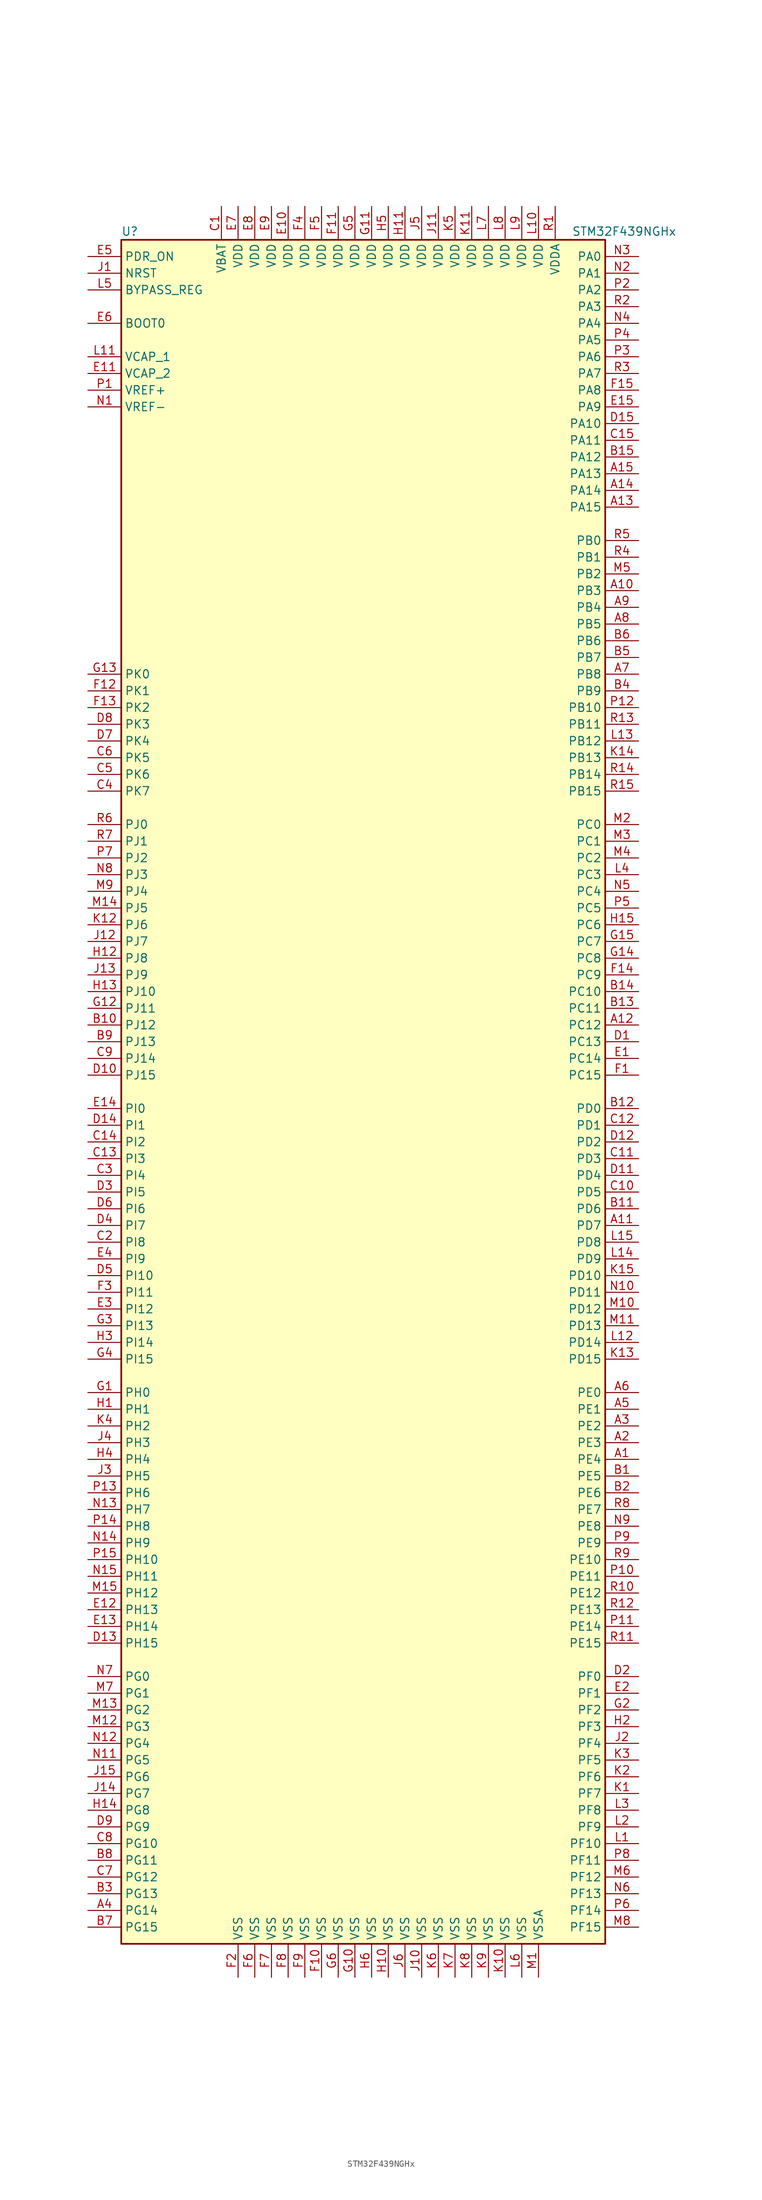
<source format=kicad_sym>
(kicad_symbol_lib
  (version 20201005)
  (generator kicad_symbol_editor)
  (symbol "STM32F439NGHx"
    (property "Reference" "U"
      (at -38.1 130.81 0)
      (effects (font (size 1.27 1.27)) (justify left)))
    (property "Value" "STM32F439NGHx"
      (at 30.48 130.81 0)
      (effects (font (size 1.27 1.27)) (justify left)))
    (symbol "STM32F439NGHx_0_1"
      (rectangle (start -38.1 -129.54) (end 35.56 129.54) (stroke (width 0.254)) (fill (type background))))
    (symbol "STM32F439NGHx_1_1"
      (pin bidirectional line (at 40.64 -55.88 180) (length 5.08) (name "PE4" (effects (font (size 1.27 1.27)))) (number "A1" (effects (font (size 1.27 1.27)))))
      (pin bidirectional line (at 40.64 76.2 180) (length 5.08) (name "PB3" (effects (font (size 1.27 1.27)))) (number "A10" (effects (font (size 1.27 1.27)))))
      (pin bidirectional line (at 40.64 -20.32 180) (length 5.08) (name "PD7" (effects (font (size 1.27 1.27)))) (number "A11" (effects (font (size 1.27 1.27)))))
      (pin bidirectional line (at 40.64 10.16 180) (length 5.08) (name "PC12" (effects (font (size 1.27 1.27)))) (number "A12" (effects (font (size 1.27 1.27)))))
      (pin bidirectional line (at 40.64 88.9 180) (length 5.08) (name "PA15" (effects (font (size 1.27 1.27)))) (number "A13" (effects (font (size 1.27 1.27)))))
      (pin bidirectional line (at 40.64 91.44 180) (length 5.08) (name "PA14" (effects (font (size 1.27 1.27)))) (number "A14" (effects (font (size 1.27 1.27)))))
      (pin bidirectional line (at 40.64 93.98 180) (length 5.08) (name "PA13" (effects (font (size 1.27 1.27)))) (number "A15" (effects (font (size 1.27 1.27)))))
      (pin bidirectional line (at 40.64 -53.34 180) (length 5.08) (name "PE3" (effects (font (size 1.27 1.27)))) (number "A2" (effects (font (size 1.27 1.27)))))
      (pin bidirectional line (at 40.64 -50.8 180) (length 5.08) (name "PE2" (effects (font (size 1.27 1.27)))) (number "A3" (effects (font (size 1.27 1.27)))))
      (pin bidirectional line (at -43.18 -124.46 0) (length 5.08) (name "PG14" (effects (font (size 1.27 1.27)))) (number "A4" (effects (font (size 1.27 1.27)))))
      (pin bidirectional line (at 40.64 -48.26 180) (length 5.08) (name "PE1" (effects (font (size 1.27 1.27)))) (number "A5" (effects (font (size 1.27 1.27)))))
      (pin bidirectional line (at 40.64 -45.72 180) (length 5.08) (name "PE0" (effects (font (size 1.27 1.27)))) (number "A6" (effects (font (size 1.27 1.27)))))
      (pin bidirectional line (at 40.64 63.5 180) (length 5.08) (name "PB8" (effects (font (size 1.27 1.27)))) (number "A7" (effects (font (size 1.27 1.27)))))
      (pin bidirectional line (at 40.64 71.12 180) (length 5.08) (name "PB5" (effects (font (size 1.27 1.27)))) (number "A8" (effects (font (size 1.27 1.27)))))
      (pin bidirectional line (at 40.64 73.66 180) (length 5.08) (name "PB4" (effects (font (size 1.27 1.27)))) (number "A9" (effects (font (size 1.27 1.27)))))
      (pin bidirectional line (at 40.64 -58.42 180) (length 5.08) (name "PE5" (effects (font (size 1.27 1.27)))) (number "B1" (effects (font (size 1.27 1.27)))))
      (pin bidirectional line (at -43.18 10.16 0) (length 5.08) (name "PJ12" (effects (font (size 1.27 1.27)))) (number "B10" (effects (font (size 1.27 1.27)))))
      (pin bidirectional line (at 40.64 -17.78 180) (length 5.08) (name "PD6" (effects (font (size 1.27 1.27)))) (number "B11" (effects (font (size 1.27 1.27)))))
      (pin bidirectional line (at 40.64 -2.54 180) (length 5.08) (name "PD0" (effects (font (size 1.27 1.27)))) (number "B12" (effects (font (size 1.27 1.27)))))
      (pin bidirectional line (at 40.64 12.7 180) (length 5.08) (name "PC11" (effects (font (size 1.27 1.27)))) (number "B13" (effects (font (size 1.27 1.27)))))
      (pin bidirectional line (at 40.64 15.24 180) (length 5.08) (name "PC10" (effects (font (size 1.27 1.27)))) (number "B14" (effects (font (size 1.27 1.27)))))
      (pin bidirectional line (at 40.64 96.52 180) (length 5.08) (name "PA12" (effects (font (size 1.27 1.27)))) (number "B15" (effects (font (size 1.27 1.27)))))
      (pin bidirectional line (at 40.64 -60.96 180) (length 5.08) (name "PE6" (effects (font (size 1.27 1.27)))) (number "B2" (effects (font (size 1.27 1.27)))))
      (pin bidirectional line (at -43.18 -121.92 0) (length 5.08) (name "PG13" (effects (font (size 1.27 1.27)))) (number "B3" (effects (font (size 1.27 1.27)))))
      (pin bidirectional line (at 40.64 60.96 180) (length 5.08) (name "PB9" (effects (font (size 1.27 1.27)))) (number "B4" (effects (font (size 1.27 1.27)))))
      (pin bidirectional line (at 40.64 66.04 180) (length 5.08) (name "PB7" (effects (font (size 1.27 1.27)))) (number "B5" (effects (font (size 1.27 1.27)))))
      (pin bidirectional line (at 40.64 68.58 180) (length 5.08) (name "PB6" (effects (font (size 1.27 1.27)))) (number "B6" (effects (font (size 1.27 1.27)))))
      (pin bidirectional line (at -43.18 -127 0) (length 5.08) (name "PG15" (effects (font (size 1.27 1.27)))) (number "B7" (effects (font (size 1.27 1.27)))))
      (pin bidirectional line (at -43.18 -116.84 0) (length 5.08) (name "PG11" (effects (font (size 1.27 1.27)))) (number "B8" (effects (font (size 1.27 1.27)))))
      (pin bidirectional line (at -43.18 7.62 0) (length 5.08) (name "PJ13" (effects (font (size 1.27 1.27)))) (number "B9" (effects (font (size 1.27 1.27)))))
      (pin power_in line (at -22.86 134.62 270) (length 5.08) (name "VBAT" (effects (font (size 1.27 1.27)))) (number "C1" (effects (font (size 1.27 1.27)))))
      (pin bidirectional line (at 40.64 -15.24 180) (length 5.08) (name "PD5" (effects (font (size 1.27 1.27)))) (number "C10" (effects (font (size 1.27 1.27)))))
      (pin bidirectional line (at 40.64 -10.16 180) (length 5.08) (name "PD3" (effects (font (size 1.27 1.27)))) (number "C11" (effects (font (size 1.27 1.27)))))
      (pin bidirectional line (at 40.64 -5.08 180) (length 5.08) (name "PD1" (effects (font (size 1.27 1.27)))) (number "C12" (effects (font (size 1.27 1.27)))))
      (pin bidirectional line (at -43.18 -10.16 0) (length 5.08) (name "PI3" (effects (font (size 1.27 1.27)))) (number "C13" (effects (font (size 1.27 1.27)))))
      (pin bidirectional line (at -43.18 -7.62 0) (length 5.08) (name "PI2" (effects (font (size 1.27 1.27)))) (number "C14" (effects (font (size 1.27 1.27)))))
      (pin bidirectional line (at 40.64 99.06 180) (length 5.08) (name "PA11" (effects (font (size 1.27 1.27)))) (number "C15" (effects (font (size 1.27 1.27)))))
      (pin bidirectional line (at -43.18 -22.86 0) (length 5.08) (name "PI8" (effects (font (size 1.27 1.27)))) (number "C2" (effects (font (size 1.27 1.27)))))
      (pin bidirectional line (at -43.18 -12.7 0) (length 5.08) (name "PI4" (effects (font (size 1.27 1.27)))) (number "C3" (effects (font (size 1.27 1.27)))))
      (pin bidirectional line (at -43.18 45.72 0) (length 5.08) (name "PK7" (effects (font (size 1.27 1.27)))) (number "C4" (effects (font (size 1.27 1.27)))))
      (pin bidirectional line (at -43.18 48.26 0) (length 5.08) (name "PK6" (effects (font (size 1.27 1.27)))) (number "C5" (effects (font (size 1.27 1.27)))))
      (pin bidirectional line (at -43.18 50.8 0) (length 5.08) (name "PK5" (effects (font (size 1.27 1.27)))) (number "C6" (effects (font (size 1.27 1.27)))))
      (pin bidirectional line (at -43.18 -119.38 0) (length 5.08) (name "PG12" (effects (font (size 1.27 1.27)))) (number "C7" (effects (font (size 1.27 1.27)))))
      (pin bidirectional line (at -43.18 -114.3 0) (length 5.08) (name "PG10" (effects (font (size 1.27 1.27)))) (number "C8" (effects (font (size 1.27 1.27)))))
      (pin bidirectional line (at -43.18 5.08 0) (length 5.08) (name "PJ14" (effects (font (size 1.27 1.27)))) (number "C9" (effects (font (size 1.27 1.27)))))
      (pin bidirectional line (at 40.64 7.62 180) (length 5.08) (name "PC13" (effects (font (size 1.27 1.27)))) (number "D1" (effects (font (size 1.27 1.27)))))
      (pin bidirectional line (at -43.18 2.54 0) (length 5.08) (name "PJ15" (effects (font (size 1.27 1.27)))) (number "D10" (effects (font (size 1.27 1.27)))))
      (pin bidirectional line (at 40.64 -12.7 180) (length 5.08) (name "PD4" (effects (font (size 1.27 1.27)))) (number "D11" (effects (font (size 1.27 1.27)))))
      (pin bidirectional line (at 40.64 -7.62 180) (length 5.08) (name "PD2" (effects (font (size 1.27 1.27)))) (number "D12" (effects (font (size 1.27 1.27)))))
      (pin bidirectional line (at -43.18 -83.82 0) (length 5.08) (name "PH15" (effects (font (size 1.27 1.27)))) (number "D13" (effects (font (size 1.27 1.27)))))
      (pin bidirectional line (at -43.18 -5.08 0) (length 5.08) (name "PI1" (effects (font (size 1.27 1.27)))) (number "D14" (effects (font (size 1.27 1.27)))))
      (pin bidirectional line (at 40.64 101.6 180) (length 5.08) (name "PA10" (effects (font (size 1.27 1.27)))) (number "D15" (effects (font (size 1.27 1.27)))))
      (pin bidirectional line (at 40.64 -88.9 180) (length 5.08) (name "PF0" (effects (font (size 1.27 1.27)))) (number "D2" (effects (font (size 1.27 1.27)))))
      (pin bidirectional line (at -43.18 -15.24 0) (length 5.08) (name "PI5" (effects (font (size 1.27 1.27)))) (number "D3" (effects (font (size 1.27 1.27)))))
      (pin bidirectional line (at -43.18 -20.32 0) (length 5.08) (name "PI7" (effects (font (size 1.27 1.27)))) (number "D4" (effects (font (size 1.27 1.27)))))
      (pin bidirectional line (at -43.18 -27.94 0) (length 5.08) (name "PI10" (effects (font (size 1.27 1.27)))) (number "D5" (effects (font (size 1.27 1.27)))))
      (pin bidirectional line (at -43.18 -17.78 0) (length 5.08) (name "PI6" (effects (font (size 1.27 1.27)))) (number "D6" (effects (font (size 1.27 1.27)))))
      (pin bidirectional line (at -43.18 53.34 0) (length 5.08) (name "PK4" (effects (font (size 1.27 1.27)))) (number "D7" (effects (font (size 1.27 1.27)))))
      (pin bidirectional line (at -43.18 55.88 0) (length 5.08) (name "PK3" (effects (font (size 1.27 1.27)))) (number "D8" (effects (font (size 1.27 1.27)))))
      (pin bidirectional line (at -43.18 -111.76 0) (length 5.08) (name "PG9" (effects (font (size 1.27 1.27)))) (number "D9" (effects (font (size 1.27 1.27)))))
      (pin bidirectional line (at 40.64 5.08 180) (length 5.08) (name "PC14" (effects (font (size 1.27 1.27)))) (number "E1" (effects (font (size 1.27 1.27)))))
      (pin power_in line (at -12.7 134.62 270) (length 5.08) (name "VDD" (effects (font (size 1.27 1.27)))) (number "E10" (effects (font (size 1.27 1.27)))))
      (pin power_in line (at -43.18 109.22 0) (length 5.08) (name "VCAP_2" (effects (font (size 1.27 1.27)))) (number "E11" (effects (font (size 1.27 1.27)))))
      (pin bidirectional line (at -43.18 -78.74 0) (length 5.08) (name "PH13" (effects (font (size 1.27 1.27)))) (number "E12" (effects (font (size 1.27 1.27)))))
      (pin bidirectional line (at -43.18 -81.28 0) (length 5.08) (name "PH14" (effects (font (size 1.27 1.27)))) (number "E13" (effects (font (size 1.27 1.27)))))
      (pin bidirectional line (at -43.18 -2.54 0) (length 5.08) (name "PI0" (effects (font (size 1.27 1.27)))) (number "E14" (effects (font (size 1.27 1.27)))))
      (pin bidirectional line (at 40.64 104.14 180) (length 5.08) (name "PA9" (effects (font (size 1.27 1.27)))) (number "E15" (effects (font (size 1.27 1.27)))))
      (pin bidirectional line (at 40.64 -91.44 180) (length 5.08) (name "PF1" (effects (font (size 1.27 1.27)))) (number "E2" (effects (font (size 1.27 1.27)))))
      (pin bidirectional line (at -43.18 -33.02 0) (length 5.08) (name "PI12" (effects (font (size 1.27 1.27)))) (number "E3" (effects (font (size 1.27 1.27)))))
      (pin bidirectional line (at -43.18 -25.4 0) (length 5.08) (name "PI9" (effects (font (size 1.27 1.27)))) (number "E4" (effects (font (size 1.27 1.27)))))
      (pin input line (at -43.18 127 0) (length 5.08) (name "PDR_ON" (effects (font (size 1.27 1.27)))) (number "E5" (effects (font (size 1.27 1.27)))))
      (pin input line (at -43.18 116.84 0) (length 5.08) (name "BOOT0" (effects (font (size 1.27 1.27)))) (number "E6" (effects (font (size 1.27 1.27)))))
      (pin power_in line (at -20.32 134.62 270) (length 5.08) (name "VDD" (effects (font (size 1.27 1.27)))) (number "E7" (effects (font (size 1.27 1.27)))))
      (pin power_in line (at -17.78 134.62 270) (length 5.08) (name "VDD" (effects (font (size 1.27 1.27)))) (number "E8" (effects (font (size 1.27 1.27)))))
      (pin power_in line (at -15.24 134.62 270) (length 5.08) (name "VDD" (effects (font (size 1.27 1.27)))) (number "E9" (effects (font (size 1.27 1.27)))))
      (pin bidirectional line (at 40.64 2.54 180) (length 5.08) (name "PC15" (effects (font (size 1.27 1.27)))) (number "F1" (effects (font (size 1.27 1.27)))))
      (pin power_in line (at -7.62 -134.62 90) (length 5.08) (name "VSS" (effects (font (size 1.27 1.27)))) (number "F10" (effects (font (size 1.27 1.27)))))
      (pin power_in line (at -5.08 134.62 270) (length 5.08) (name "VDD" (effects (font (size 1.27 1.27)))) (number "F11" (effects (font (size 1.27 1.27)))))
      (pin bidirectional line (at -43.18 60.96 0) (length 5.08) (name "PK1" (effects (font (size 1.27 1.27)))) (number "F12" (effects (font (size 1.27 1.27)))))
      (pin bidirectional line (at -43.18 58.42 0) (length 5.08) (name "PK2" (effects (font (size 1.27 1.27)))) (number "F13" (effects (font (size 1.27 1.27)))))
      (pin bidirectional line (at 40.64 17.78 180) (length 5.08) (name "PC9" (effects (font (size 1.27 1.27)))) (number "F14" (effects (font (size 1.27 1.27)))))
      (pin bidirectional line (at 40.64 106.68 180) (length 5.08) (name "PA8" (effects (font (size 1.27 1.27)))) (number "F15" (effects (font (size 1.27 1.27)))))
      (pin power_in line (at -20.32 -134.62 90) (length 5.08) (name "VSS" (effects (font (size 1.27 1.27)))) (number "F2" (effects (font (size 1.27 1.27)))))
      (pin bidirectional line (at -43.18 -30.48 0) (length 5.08) (name "PI11" (effects (font (size 1.27 1.27)))) (number "F3" (effects (font (size 1.27 1.27)))))
      (pin power_in line (at -10.16 134.62 270) (length 5.08) (name "VDD" (effects (font (size 1.27 1.27)))) (number "F4" (effects (font (size 1.27 1.27)))))
      (pin power_in line (at -7.62 134.62 270) (length 5.08) (name "VDD" (effects (font (size 1.27 1.27)))) (number "F5" (effects (font (size 1.27 1.27)))))
      (pin power_in line (at -17.78 -134.62 90) (length 5.08) (name "VSS" (effects (font (size 1.27 1.27)))) (number "F6" (effects (font (size 1.27 1.27)))))
      (pin power_in line (at -15.24 -134.62 90) (length 5.08) (name "VSS" (effects (font (size 1.27 1.27)))) (number "F7" (effects (font (size 1.27 1.27)))))
      (pin power_in line (at -12.7 -134.62 90) (length 5.08) (name "VSS" (effects (font (size 1.27 1.27)))) (number "F8" (effects (font (size 1.27 1.27)))))
      (pin power_in line (at -10.16 -134.62 90) (length 5.08) (name "VSS" (effects (font (size 1.27 1.27)))) (number "F9" (effects (font (size 1.27 1.27)))))
      (pin input line (at -43.18 -45.72 0) (length 5.08) (name "PH0" (effects (font (size 1.27 1.27)))) (number "G1" (effects (font (size 1.27 1.27)))))
      (pin power_in line (at -2.54 -134.62 90) (length 5.08) (name "VSS" (effects (font (size 1.27 1.27)))) (number "G10" (effects (font (size 1.27 1.27)))))
      (pin power_in line (at 0 134.62 270) (length 5.08) (name "VDD" (effects (font (size 1.27 1.27)))) (number "G11" (effects (font (size 1.27 1.27)))))
      (pin bidirectional line (at -43.18 12.7 0) (length 5.08) (name "PJ11" (effects (font (size 1.27 1.27)))) (number "G12" (effects (font (size 1.27 1.27)))))
      (pin bidirectional line (at -43.18 63.5 0) (length 5.08) (name "PK0" (effects (font (size 1.27 1.27)))) (number "G13" (effects (font (size 1.27 1.27)))))
      (pin bidirectional line (at 40.64 20.32 180) (length 5.08) (name "PC8" (effects (font (size 1.27 1.27)))) (number "G14" (effects (font (size 1.27 1.27)))))
      (pin bidirectional line (at 40.64 22.86 180) (length 5.08) (name "PC7" (effects (font (size 1.27 1.27)))) (number "G15" (effects (font (size 1.27 1.27)))))
      (pin bidirectional line (at 40.64 -93.98 180) (length 5.08) (name "PF2" (effects (font (size 1.27 1.27)))) (number "G2" (effects (font (size 1.27 1.27)))))
      (pin bidirectional line (at -43.18 -35.56 0) (length 5.08) (name "PI13" (effects (font (size 1.27 1.27)))) (number "G3" (effects (font (size 1.27 1.27)))))
      (pin bidirectional line (at -43.18 -40.64 0) (length 5.08) (name "PI15" (effects (font (size 1.27 1.27)))) (number "G4" (effects (font (size 1.27 1.27)))))
      (pin power_in line (at -2.54 134.62 270) (length 5.08) (name "VDD" (effects (font (size 1.27 1.27)))) (number "G5" (effects (font (size 1.27 1.27)))))
      (pin power_in line (at -5.08 -134.62 90) (length 5.08) (name "VSS" (effects (font (size 1.27 1.27)))) (number "G6" (effects (font (size 1.27 1.27)))))
      (pin input line (at -43.18 -48.26 0) (length 5.08) (name "PH1" (effects (font (size 1.27 1.27)))) (number "H1" (effects (font (size 1.27 1.27)))))
      (pin power_in line (at 2.54 -134.62 90) (length 5.08) (name "VSS" (effects (font (size 1.27 1.27)))) (number "H10" (effects (font (size 1.27 1.27)))))
      (pin power_in line (at 5.08 134.62 270) (length 5.08) (name "VDD" (effects (font (size 1.27 1.27)))) (number "H11" (effects (font (size 1.27 1.27)))))
      (pin bidirectional line (at -43.18 20.32 0) (length 5.08) (name "PJ8" (effects (font (size 1.27 1.27)))) (number "H12" (effects (font (size 1.27 1.27)))))
      (pin bidirectional line (at -43.18 15.24 0) (length 5.08) (name "PJ10" (effects (font (size 1.27 1.27)))) (number "H13" (effects (font (size 1.27 1.27)))))
      (pin bidirectional line (at -43.18 -109.22 0) (length 5.08) (name "PG8" (effects (font (size 1.27 1.27)))) (number "H14" (effects (font (size 1.27 1.27)))))
      (pin bidirectional line (at 40.64 25.4 180) (length 5.08) (name "PC6" (effects (font (size 1.27 1.27)))) (number "H15" (effects (font (size 1.27 1.27)))))
      (pin bidirectional line (at 40.64 -96.52 180) (length 5.08) (name "PF3" (effects (font (size 1.27 1.27)))) (number "H2" (effects (font (size 1.27 1.27)))))
      (pin bidirectional line (at -43.18 -38.1 0) (length 5.08) (name "PI14" (effects (font (size 1.27 1.27)))) (number "H3" (effects (font (size 1.27 1.27)))))
      (pin bidirectional line (at -43.18 -55.88 0) (length 5.08) (name "PH4" (effects (font (size 1.27 1.27)))) (number "H4" (effects (font (size 1.27 1.27)))))
      (pin power_in line (at 2.54 134.62 270) (length 5.08) (name "VDD" (effects (font (size 1.27 1.27)))) (number "H5" (effects (font (size 1.27 1.27)))))
      (pin power_in line (at 0 -134.62 90) (length 5.08) (name "VSS" (effects (font (size 1.27 1.27)))) (number "H6" (effects (font (size 1.27 1.27)))))
      (pin input line (at -43.18 124.46 0) (length 5.08) (name "NRST" (effects (font (size 1.27 1.27)))) (number "J1" (effects (font (size 1.27 1.27)))))
      (pin power_in line (at 7.62 -134.62 90) (length 5.08) (name "VSS" (effects (font (size 1.27 1.27)))) (number "J10" (effects (font (size 1.27 1.27)))))
      (pin power_in line (at 10.16 134.62 270) (length 5.08) (name "VDD" (effects (font (size 1.27 1.27)))) (number "J11" (effects (font (size 1.27 1.27)))))
      (pin bidirectional line (at -43.18 22.86 0) (length 5.08) (name "PJ7" (effects (font (size 1.27 1.27)))) (number "J12" (effects (font (size 1.27 1.27)))))
      (pin bidirectional line (at -43.18 17.78 0) (length 5.08) (name "PJ9" (effects (font (size 1.27 1.27)))) (number "J13" (effects (font (size 1.27 1.27)))))
      (pin bidirectional line (at -43.18 -106.68 0) (length 5.08) (name "PG7" (effects (font (size 1.27 1.27)))) (number "J14" (effects (font (size 1.27 1.27)))))
      (pin bidirectional line (at -43.18 -104.14 0) (length 5.08) (name "PG6" (effects (font (size 1.27 1.27)))) (number "J15" (effects (font (size 1.27 1.27)))))
      (pin bidirectional line (at 40.64 -99.06 180) (length 5.08) (name "PF4" (effects (font (size 1.27 1.27)))) (number "J2" (effects (font (size 1.27 1.27)))))
      (pin bidirectional line (at -43.18 -58.42 0) (length 5.08) (name "PH5" (effects (font (size 1.27 1.27)))) (number "J3" (effects (font (size 1.27 1.27)))))
      (pin bidirectional line (at -43.18 -53.34 0) (length 5.08) (name "PH3" (effects (font (size 1.27 1.27)))) (number "J4" (effects (font (size 1.27 1.27)))))
      (pin power_in line (at 7.62 134.62 270) (length 5.08) (name "VDD" (effects (font (size 1.27 1.27)))) (number "J5" (effects (font (size 1.27 1.27)))))
      (pin power_in line (at 5.08 -134.62 90) (length 5.08) (name "VSS" (effects (font (size 1.27 1.27)))) (number "J6" (effects (font (size 1.27 1.27)))))
      (pin bidirectional line (at 40.64 -106.68 180) (length 5.08) (name "PF7" (effects (font (size 1.27 1.27)))) (number "K1" (effects (font (size 1.27 1.27)))))
      (pin power_in line (at 20.32 -134.62 90) (length 5.08) (name "VSS" (effects (font (size 1.27 1.27)))) (number "K10" (effects (font (size 1.27 1.27)))))
      (pin power_in line (at 15.24 134.62 270) (length 5.08) (name "VDD" (effects (font (size 1.27 1.27)))) (number "K11" (effects (font (size 1.27 1.27)))))
      (pin bidirectional line (at -43.18 25.4 0) (length 5.08) (name "PJ6" (effects (font (size 1.27 1.27)))) (number "K12" (effects (font (size 1.27 1.27)))))
      (pin bidirectional line (at 40.64 -40.64 180) (length 5.08) (name "PD15" (effects (font (size 1.27 1.27)))) (number "K13" (effects (font (size 1.27 1.27)))))
      (pin bidirectional line (at 40.64 50.8 180) (length 5.08) (name "PB13" (effects (font (size 1.27 1.27)))) (number "K14" (effects (font (size 1.27 1.27)))))
      (pin bidirectional line (at 40.64 -27.94 180) (length 5.08) (name "PD10" (effects (font (size 1.27 1.27)))) (number "K15" (effects (font (size 1.27 1.27)))))
      (pin bidirectional line (at 40.64 -104.14 180) (length 5.08) (name "PF6" (effects (font (size 1.27 1.27)))) (number "K2" (effects (font (size 1.27 1.27)))))
      (pin bidirectional line (at 40.64 -101.6 180) (length 5.08) (name "PF5" (effects (font (size 1.27 1.27)))) (number "K3" (effects (font (size 1.27 1.27)))))
      (pin bidirectional line (at -43.18 -50.8 0) (length 5.08) (name "PH2" (effects (font (size 1.27 1.27)))) (number "K4" (effects (font (size 1.27 1.27)))))
      (pin power_in line (at 12.7 134.62 270) (length 5.08) (name "VDD" (effects (font (size 1.27 1.27)))) (number "K5" (effects (font (size 1.27 1.27)))))
      (pin power_in line (at 10.16 -134.62 90) (length 5.08) (name "VSS" (effects (font (size 1.27 1.27)))) (number "K6" (effects (font (size 1.27 1.27)))))
      (pin power_in line (at 12.7 -134.62 90) (length 5.08) (name "VSS" (effects (font (size 1.27 1.27)))) (number "K7" (effects (font (size 1.27 1.27)))))
      (pin power_in line (at 15.24 -134.62 90) (length 5.08) (name "VSS" (effects (font (size 1.27 1.27)))) (number "K8" (effects (font (size 1.27 1.27)))))
      (pin power_in line (at 17.78 -134.62 90) (length 5.08) (name "VSS" (effects (font (size 1.27 1.27)))) (number "K9" (effects (font (size 1.27 1.27)))))
      (pin bidirectional line (at 40.64 -114.3 180) (length 5.08) (name "PF10" (effects (font (size 1.27 1.27)))) (number "L1" (effects (font (size 1.27 1.27)))))
      (pin power_in line (at 25.4 134.62 270) (length 5.08) (name "VDD" (effects (font (size 1.27 1.27)))) (number "L10" (effects (font (size 1.27 1.27)))))
      (pin power_in line (at -43.18 111.76 0) (length 5.08) (name "VCAP_1" (effects (font (size 1.27 1.27)))) (number "L11" (effects (font (size 1.27 1.27)))))
      (pin bidirectional line (at 40.64 -38.1 180) (length 5.08) (name "PD14" (effects (font (size 1.27 1.27)))) (number "L12" (effects (font (size 1.27 1.27)))))
      (pin bidirectional line (at 40.64 53.34 180) (length 5.08) (name "PB12" (effects (font (size 1.27 1.27)))) (number "L13" (effects (font (size 1.27 1.27)))))
      (pin bidirectional line (at 40.64 -25.4 180) (length 5.08) (name "PD9" (effects (font (size 1.27 1.27)))) (number "L14" (effects (font (size 1.27 1.27)))))
      (pin bidirectional line (at 40.64 -22.86 180) (length 5.08) (name "PD8" (effects (font (size 1.27 1.27)))) (number "L15" (effects (font (size 1.27 1.27)))))
      (pin bidirectional line (at 40.64 -111.76 180) (length 5.08) (name "PF9" (effects (font (size 1.27 1.27)))) (number "L2" (effects (font (size 1.27 1.27)))))
      (pin bidirectional line (at 40.64 -109.22 180) (length 5.08) (name "PF8" (effects (font (size 1.27 1.27)))) (number "L3" (effects (font (size 1.27 1.27)))))
      (pin bidirectional line (at 40.64 33.02 180) (length 5.08) (name "PC3" (effects (font (size 1.27 1.27)))) (number "L4" (effects (font (size 1.27 1.27)))))
      (pin input line (at -43.18 121.92 0) (length 5.08) (name "BYPASS_REG" (effects (font (size 1.27 1.27)))) (number "L5" (effects (font (size 1.27 1.27)))))
      (pin power_in line (at 22.86 -134.62 90) (length 5.08) (name "VSS" (effects (font (size 1.27 1.27)))) (number "L6" (effects (font (size 1.27 1.27)))))
      (pin power_in line (at 17.78 134.62 270) (length 5.08) (name "VDD" (effects (font (size 1.27 1.27)))) (number "L7" (effects (font (size 1.27 1.27)))))
      (pin power_in line (at 20.32 134.62 270) (length 5.08) (name "VDD" (effects (font (size 1.27 1.27)))) (number "L8" (effects (font (size 1.27 1.27)))))
      (pin power_in line (at 22.86 134.62 270) (length 5.08) (name "VDD" (effects (font (size 1.27 1.27)))) (number "L9" (effects (font (size 1.27 1.27)))))
      (pin power_in line (at 25.4 -134.62 90) (length 5.08) (name "VSSA" (effects (font (size 1.27 1.27)))) (number "M1" (effects (font (size 1.27 1.27)))))
      (pin bidirectional line (at 40.64 -33.02 180) (length 5.08) (name "PD12" (effects (font (size 1.27 1.27)))) (number "M10" (effects (font (size 1.27 1.27)))))
      (pin bidirectional line (at 40.64 -35.56 180) (length 5.08) (name "PD13" (effects (font (size 1.27 1.27)))) (number "M11" (effects (font (size 1.27 1.27)))))
      (pin bidirectional line (at -43.18 -96.52 0) (length 5.08) (name "PG3" (effects (font (size 1.27 1.27)))) (number "M12" (effects (font (size 1.27 1.27)))))
      (pin bidirectional line (at -43.18 -93.98 0) (length 5.08) (name "PG2" (effects (font (size 1.27 1.27)))) (number "M13" (effects (font (size 1.27 1.27)))))
      (pin bidirectional line (at -43.18 27.94 0) (length 5.08) (name "PJ5" (effects (font (size 1.27 1.27)))) (number "M14" (effects (font (size 1.27 1.27)))))
      (pin bidirectional line (at -43.18 -76.2 0) (length 5.08) (name "PH12" (effects (font (size 1.27 1.27)))) (number "M15" (effects (font (size 1.27 1.27)))))
      (pin bidirectional line (at 40.64 40.64 180) (length 5.08) (name "PC0" (effects (font (size 1.27 1.27)))) (number "M2" (effects (font (size 1.27 1.27)))))
      (pin bidirectional line (at 40.64 38.1 180) (length 5.08) (name "PC1" (effects (font (size 1.27 1.27)))) (number "M3" (effects (font (size 1.27 1.27)))))
      (pin bidirectional line (at 40.64 35.56 180) (length 5.08) (name "PC2" (effects (font (size 1.27 1.27)))) (number "M4" (effects (font (size 1.27 1.27)))))
      (pin bidirectional line (at 40.64 78.74 180) (length 5.08) (name "PB2" (effects (font (size 1.27 1.27)))) (number "M5" (effects (font (size 1.27 1.27)))))
      (pin bidirectional line (at 40.64 -119.38 180) (length 5.08) (name "PF12" (effects (font (size 1.27 1.27)))) (number "M6" (effects (font (size 1.27 1.27)))))
      (pin bidirectional line (at -43.18 -91.44 0) (length 5.08) (name "PG1" (effects (font (size 1.27 1.27)))) (number "M7" (effects (font (size 1.27 1.27)))))
      (pin bidirectional line (at 40.64 -127 180) (length 5.08) (name "PF15" (effects (font (size 1.27 1.27)))) (number "M8" (effects (font (size 1.27 1.27)))))
      (pin bidirectional line (at -43.18 30.48 0) (length 5.08) (name "PJ4" (effects (font (size 1.27 1.27)))) (number "M9" (effects (font (size 1.27 1.27)))))
      (pin power_in line (at -43.18 104.14 0) (length 5.08) (name "VREF-" (effects (font (size 1.27 1.27)))) (number "N1" (effects (font (size 1.27 1.27)))))
      (pin bidirectional line (at 40.64 -30.48 180) (length 5.08) (name "PD11" (effects (font (size 1.27 1.27)))) (number "N10" (effects (font (size 1.27 1.27)))))
      (pin bidirectional line (at -43.18 -101.6 0) (length 5.08) (name "PG5" (effects (font (size 1.27 1.27)))) (number "N11" (effects (font (size 1.27 1.27)))))
      (pin bidirectional line (at -43.18 -99.06 0) (length 5.08) (name "PG4" (effects (font (size 1.27 1.27)))) (number "N12" (effects (font (size 1.27 1.27)))))
      (pin bidirectional line (at -43.18 -63.5 0) (length 5.08) (name "PH7" (effects (font (size 1.27 1.27)))) (number "N13" (effects (font (size 1.27 1.27)))))
      (pin bidirectional line (at -43.18 -68.58 0) (length 5.08) (name "PH9" (effects (font (size 1.27 1.27)))) (number "N14" (effects (font (size 1.27 1.27)))))
      (pin bidirectional line (at -43.18 -73.66 0) (length 5.08) (name "PH11" (effects (font (size 1.27 1.27)))) (number "N15" (effects (font (size 1.27 1.27)))))
      (pin bidirectional line (at 40.64 124.46 180) (length 5.08) (name "PA1" (effects (font (size 1.27 1.27)))) (number "N2" (effects (font (size 1.27 1.27)))))
      (pin bidirectional line (at 40.64 127 180) (length 5.08) (name "PA0" (effects (font (size 1.27 1.27)))) (number "N3" (effects (font (size 1.27 1.27)))))
      (pin bidirectional line (at 40.64 116.84 180) (length 5.08) (name "PA4" (effects (font (size 1.27 1.27)))) (number "N4" (effects (font (size 1.27 1.27)))))
      (pin bidirectional line (at 40.64 30.48 180) (length 5.08) (name "PC4" (effects (font (size 1.27 1.27)))) (number "N5" (effects (font (size 1.27 1.27)))))
      (pin bidirectional line (at 40.64 -121.92 180) (length 5.08) (name "PF13" (effects (font (size 1.27 1.27)))) (number "N6" (effects (font (size 1.27 1.27)))))
      (pin bidirectional line (at -43.18 -88.9 0) (length 5.08) (name "PG0" (effects (font (size 1.27 1.27)))) (number "N7" (effects (font (size 1.27 1.27)))))
      (pin bidirectional line (at -43.18 33.02 0) (length 5.08) (name "PJ3" (effects (font (size 1.27 1.27)))) (number "N8" (effects (font (size 1.27 1.27)))))
      (pin bidirectional line (at 40.64 -66.04 180) (length 5.08) (name "PE8" (effects (font (size 1.27 1.27)))) (number "N9" (effects (font (size 1.27 1.27)))))
      (pin power_in line (at -43.18 106.68 0) (length 5.08) (name "VREF+" (effects (font (size 1.27 1.27)))) (number "P1" (effects (font (size 1.27 1.27)))))
      (pin bidirectional line (at 40.64 -73.66 180) (length 5.08) (name "PE11" (effects (font (size 1.27 1.27)))) (number "P10" (effects (font (size 1.27 1.27)))))
      (pin bidirectional line (at 40.64 -81.28 180) (length 5.08) (name "PE14" (effects (font (size 1.27 1.27)))) (number "P11" (effects (font (size 1.27 1.27)))))
      (pin bidirectional line (at 40.64 58.42 180) (length 5.08) (name "PB10" (effects (font (size 1.27 1.27)))) (number "P12" (effects (font (size 1.27 1.27)))))
      (pin bidirectional line (at -43.18 -60.96 0) (length 5.08) (name "PH6" (effects (font (size 1.27 1.27)))) (number "P13" (effects (font (size 1.27 1.27)))))
      (pin bidirectional line (at -43.18 -66.04 0) (length 5.08) (name "PH8" (effects (font (size 1.27 1.27)))) (number "P14" (effects (font (size 1.27 1.27)))))
      (pin bidirectional line (at -43.18 -71.12 0) (length 5.08) (name "PH10" (effects (font (size 1.27 1.27)))) (number "P15" (effects (font (size 1.27 1.27)))))
      (pin bidirectional line (at 40.64 121.92 180) (length 5.08) (name "PA2" (effects (font (size 1.27 1.27)))) (number "P2" (effects (font (size 1.27 1.27)))))
      (pin bidirectional line (at 40.64 111.76 180) (length 5.08) (name "PA6" (effects (font (size 1.27 1.27)))) (number "P3" (effects (font (size 1.27 1.27)))))
      (pin bidirectional line (at 40.64 114.3 180) (length 5.08) (name "PA5" (effects (font (size 1.27 1.27)))) (number "P4" (effects (font (size 1.27 1.27)))))
      (pin bidirectional line (at 40.64 27.94 180) (length 5.08) (name "PC5" (effects (font (size 1.27 1.27)))) (number "P5" (effects (font (size 1.27 1.27)))))
      (pin bidirectional line (at 40.64 -124.46 180) (length 5.08) (name "PF14" (effects (font (size 1.27 1.27)))) (number "P6" (effects (font (size 1.27 1.27)))))
      (pin bidirectional line (at -43.18 35.56 0) (length 5.08) (name "PJ2" (effects (font (size 1.27 1.27)))) (number "P7" (effects (font (size 1.27 1.27)))))
      (pin bidirectional line (at 40.64 -116.84 180) (length 5.08) (name "PF11" (effects (font (size 1.27 1.27)))) (number "P8" (effects (font (size 1.27 1.27)))))
      (pin bidirectional line (at 40.64 -68.58 180) (length 5.08) (name "PE9" (effects (font (size 1.27 1.27)))) (number "P9" (effects (font (size 1.27 1.27)))))
      (pin power_in line (at 27.94 134.62 270) (length 5.08) (name "VDDA" (effects (font (size 1.27 1.27)))) (number "R1" (effects (font (size 1.27 1.27)))))
      (pin bidirectional line (at 40.64 -76.2 180) (length 5.08) (name "PE12" (effects (font (size 1.27 1.27)))) (number "R10" (effects (font (size 1.27 1.27)))))
      (pin bidirectional line (at 40.64 -83.82 180) (length 5.08) (name "PE15" (effects (font (size 1.27 1.27)))) (number "R11" (effects (font (size 1.27 1.27)))))
      (pin bidirectional line (at 40.64 -78.74 180) (length 5.08) (name "PE13" (effects (font (size 1.27 1.27)))) (number "R12" (effects (font (size 1.27 1.27)))))
      (pin bidirectional line (at 40.64 55.88 180) (length 5.08) (name "PB11" (effects (font (size 1.27 1.27)))) (number "R13" (effects (font (size 1.27 1.27)))))
      (pin bidirectional line (at 40.64 48.26 180) (length 5.08) (name "PB14" (effects (font (size 1.27 1.27)))) (number "R14" (effects (font (size 1.27 1.27)))))
      (pin bidirectional line (at 40.64 45.72 180) (length 5.08) (name "PB15" (effects (font (size 1.27 1.27)))) (number "R15" (effects (font (size 1.27 1.27)))))
      (pin bidirectional line (at 40.64 119.38 180) (length 5.08) (name "PA3" (effects (font (size 1.27 1.27)))) (number "R2" (effects (font (size 1.27 1.27)))))
      (pin bidirectional line (at 40.64 109.22 180) (length 5.08) (name "PA7" (effects (font (size 1.27 1.27)))) (number "R3" (effects (font (size 1.27 1.27)))))
      (pin bidirectional line (at 40.64 81.28 180) (length 5.08) (name "PB1" (effects (font (size 1.27 1.27)))) (number "R4" (effects (font (size 1.27 1.27)))))
      (pin bidirectional line (at 40.64 83.82 180) (length 5.08) (name "PB0" (effects (font (size 1.27 1.27)))) (number "R5" (effects (font (size 1.27 1.27)))))
      (pin bidirectional line (at -43.18 40.64 0) (length 5.08) (name "PJ0" (effects (font (size 1.27 1.27)))) (number "R6" (effects (font (size 1.27 1.27)))))
      (pin bidirectional line (at -43.18 38.1 0) (length 5.08) (name "PJ1" (effects (font (size 1.27 1.27)))) (number "R7" (effects (font (size 1.27 1.27)))))
      (pin bidirectional line (at 40.64 -63.5 180) (length 5.08) (name "PE7" (effects (font (size 1.27 1.27)))) (number "R8" (effects (font (size 1.27 1.27)))))
      (pin bidirectional line (at 40.64 -71.12 180) (length 5.08) (name "PE10" (effects (font (size 1.27 1.27)))) (number "R9" (effects (font (size 1.27 1.27))))))))
</source>
